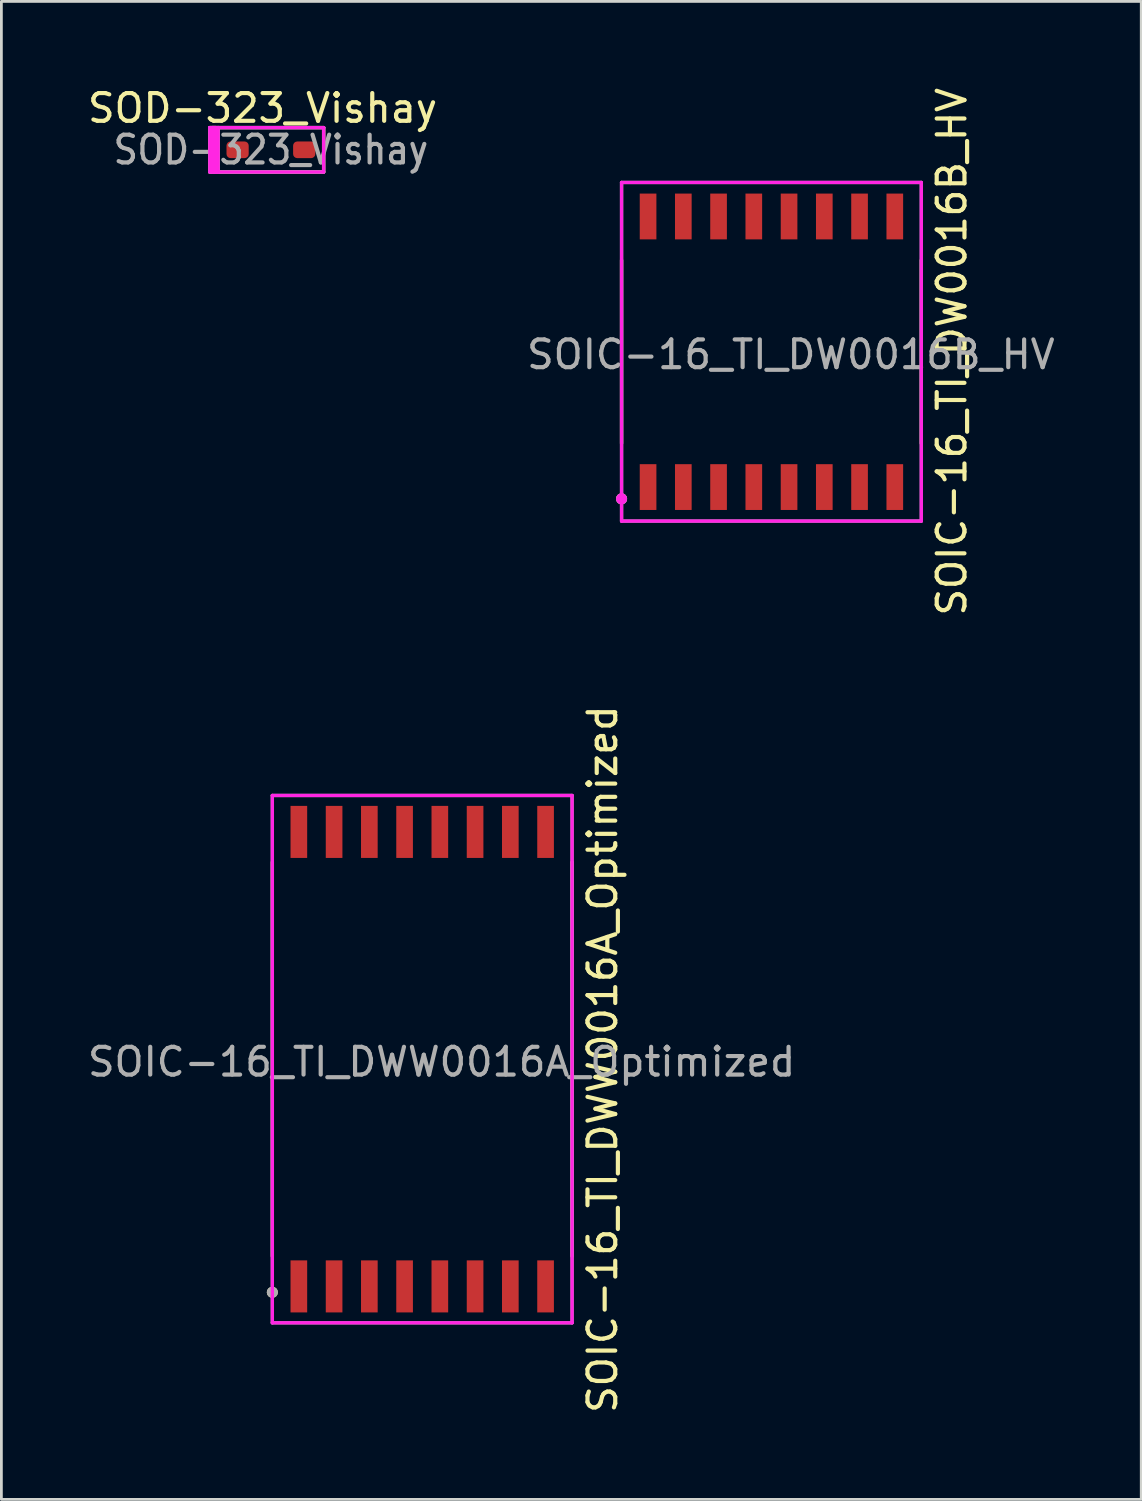
<source format=kicad_pcb>
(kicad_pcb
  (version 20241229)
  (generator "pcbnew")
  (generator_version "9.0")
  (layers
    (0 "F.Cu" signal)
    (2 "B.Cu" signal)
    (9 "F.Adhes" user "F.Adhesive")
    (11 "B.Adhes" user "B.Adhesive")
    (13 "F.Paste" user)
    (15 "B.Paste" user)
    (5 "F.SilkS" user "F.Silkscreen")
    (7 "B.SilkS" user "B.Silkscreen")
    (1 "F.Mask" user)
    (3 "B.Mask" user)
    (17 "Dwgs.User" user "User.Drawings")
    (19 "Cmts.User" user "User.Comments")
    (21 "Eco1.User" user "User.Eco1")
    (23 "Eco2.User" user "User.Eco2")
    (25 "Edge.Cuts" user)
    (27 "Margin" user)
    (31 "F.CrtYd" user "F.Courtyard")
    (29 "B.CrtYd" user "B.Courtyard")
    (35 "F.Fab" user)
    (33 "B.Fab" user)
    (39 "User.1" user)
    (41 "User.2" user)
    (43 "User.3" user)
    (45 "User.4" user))
  (footprint "SOIC-16_TI_DW0016B_HV"
    (layer "F.Cu")
    (at 24.746 9.625)
    (property "Reference" "SOIC-16_TI_DW0016B_HV" (at 6.5 0 90) (layer "F.SilkS") (effects (font (size 1 1) (thickness 0.15))))
    (attr smd)
    (fp_line (start -5.4 3.3) (end -5.4 -3.3) (stroke (width 0.12) (type solid)) (layer "F.SilkS"))
    (fp_line (start 5.4 3.3) (end 5.4 -3.3) (stroke (width 0.12) (type solid)) (layer "F.SilkS"))
    (fp_circle (center -5.4 5.3) (end -5.3 5.3) (stroke (width 0.2) (type solid)) (fill no) (layer "F.SilkS"))
    (fp_line (start -5.4 -6.1) (end 5.4 -6.1) (stroke (width 0.12) (type solid)) (layer "F.CrtYd"))
    (fp_line (start -5.4 6.1) (end -5.4 -6.1) (stroke (width 0.12) (type solid)) (layer "F.CrtYd"))
    (fp_line (start 5.4 -6.1) (end 5.4 6.1) (stroke (width 0.12) (type solid)) (layer "F.CrtYd"))
    (fp_line (start 5.4 6.1) (end -5.4 6.1) (stroke (width 0.12) (type solid)) (layer "F.CrtYd"))
    (fp_circle (center -5.4 5.3) (end -5.3 5.3) (stroke (width 0.2) (type solid)) (fill no) (layer "F.CrtYd"))
    (fp_line (start -5.4 -6.1) (end 5.4 -6.1) (stroke (width 0.12) (type solid)) (layer "F.Fab"))
    (fp_line (start -5.4 6.1) (end -5.4 -6.1) (stroke (width 0.12) (type solid)) (layer "F.Fab"))
    (fp_line (start 5.4 -6.1) (end 5.4 6.1) (stroke (width 0.12) (type solid)) (layer "F.Fab"))
    (fp_line (start 5.4 6.1) (end -5.4 6.1) (stroke (width 0.12) (type solid)) (layer "F.Fab"))
    (fp_circle (center -5.4 5.3) (end -5.3 5.3) (stroke (width 0.2) (type solid)) (fill no) (layer "F.Fab"))
    (fp_text user "${REFERENCE}" (at 0.7 0.1 0) (layer "F.Fab") (effects (font (size 1 1) (thickness 0.15))))
    (pad "1" smd rect (at -4.445 4.875) (size 0.6 1.65) (layers "F.Cu" "F.Mask" "F.Paste"))
    (pad "2" smd rect (at -3.175 4.875) (size 0.6 1.65) (layers "F.Cu" "F.Mask" "F.Paste"))
    (pad "3" smd rect (at -1.905 4.875) (size 0.6 1.65) (layers "F.Cu" "F.Mask" "F.Paste"))
    (pad "4" smd rect (at -0.635 4.875) (size 0.6 1.65) (layers "F.Cu" "F.Mask" "F.Paste"))
    (pad "5" smd rect (at 0.635 4.875) (size 0.6 1.65) (layers "F.Cu" "F.Mask" "F.Paste"))
    (pad "6" smd rect (at 1.905 4.875) (size 0.6 1.65) (layers "F.Cu" "F.Mask" "F.Paste"))
    (pad "7" smd rect (at 3.175 4.875) (size 0.6 1.65) (layers "F.Cu" "F.Mask" "F.Paste"))
    (pad "8" smd rect (at 4.445 4.875) (size 0.6 1.65) (layers "F.Cu" "F.Mask" "F.Paste"))
    (pad "9" smd rect (at 4.445 -4.875) (size 0.6 1.65) (layers "F.Cu" "F.Mask" "F.Paste"))
    (pad "10" smd rect (at 3.175 -4.875) (size 0.6 1.65) (layers "F.Cu" "F.Mask" "F.Paste"))
    (pad "11" smd rect (at 1.905 -4.875) (size 0.6 1.65) (layers "F.Cu" "F.Mask" "F.Paste"))
    (pad "12" smd rect (at 0.635 -4.875) (size 0.6 1.65) (layers "F.Cu" "F.Mask" "F.Paste"))
    (pad "13" smd rect (at -0.635 -4.875) (size 0.6 1.65) (layers "F.Cu" "F.Mask" "F.Paste"))
    (pad "14" smd rect (at -1.905 -4.875) (size 0.6 1.65) (layers "F.Cu" "F.Mask" "F.Paste"))
    (pad "15" smd rect (at -3.175 -4.875) (size 0.6 1.65) (layers "F.Cu" "F.Mask" "F.Paste"))
    (pad "16" smd rect (at -4.445 -4.875) (size 0.6 1.65) (layers "F.Cu" "F.Mask" "F.Paste")))
  (footprint "SOD-323_Vishay"
    (layer "F.Cu")
    (at 6.711 2.348)
    (property "Reference" "SOD-323_Vishay" (at -0.3 -1.5 0) (layer "F.SilkS") (effects (font (size 1 1) (thickness 0.15))))
    (attr through_hole)
    (fp_line (start -2.2 -0.8) (end -1.9 -0.8) (stroke (width 0.12) (type solid)) (layer "F.SilkS"))
    (fp_line (start -2.2 0.8) (end -2.2 -0.8) (stroke (width 0.12) (type solid)) (layer "F.SilkS"))
    (fp_line (start -2.1 0.8) (end -2.1 -0.8) (stroke (width 0.12) (type solid)) (layer "F.SilkS"))
    (fp_line (start -2 -0.8) (end -2 0.8) (stroke (width 0.12) (type solid)) (layer "F.SilkS"))
    (fp_line (start -2 0.8) (end -2.1 0.8) (stroke (width 0.12) (type solid)) (layer "F.SilkS"))
    (fp_line (start -1.9 -0.8) (end -1.9 0.8) (stroke (width 0.12) (type solid)) (layer "F.SilkS"))
    (fp_line (start -1.9 -0.8) (end 1.9 -0.8) (stroke (width 0.12) (type solid)) (layer "F.SilkS"))
    (fp_line (start -1.9 0.8) (end -2.2 0.8) (stroke (width 0.12) (type solid)) (layer "F.SilkS"))
    (fp_line (start 1.9 -0.8) (end 1.9 0.8) (stroke (width 0.12) (type solid)) (layer "F.SilkS"))
    (fp_line (start 1.9 0.8) (end -1.9 0.8) (stroke (width 0.12) (type solid)) (layer "F.SilkS"))
    (fp_line (start -2.2 -0.8) (end -1.9 -0.8) (stroke (width 0.12) (type solid)) (layer "F.CrtYd"))
    (fp_line (start -2.2 -0.8) (end 1.9 -0.8) (stroke (width 0.12) (type solid)) (layer "F.CrtYd"))
    (fp_line (start -2.2 0.8) (end -2.2 -0.8) (stroke (width 0.12) (type solid)) (layer "F.CrtYd"))
    (fp_line (start -2.1 -0.8) (end -2.1 0.8) (stroke (width 0.12) (type solid)) (layer "F.CrtYd"))
    (fp_line (start -2.1 0.8) (end -2.1 0.6) (stroke (width 0.12) (type solid)) (layer "F.CrtYd"))
    (fp_line (start -2 -0.8) (end -2.1 -0.8) (stroke (width 0.12) (type solid)) (layer "F.CrtYd"))
    (fp_line (start -2 0.8) (end -2 -0.8) (stroke (width 0.12) (type solid)) (layer "F.CrtYd"))
    (fp_line (start -1.9 -0.8) (end -1.9 0.8) (stroke (width 0.12) (type solid)) (layer "F.CrtYd"))
    (fp_line (start -1.9 0.8) (end -2 0.8) (stroke (width 0.12) (type solid)) (layer "F.CrtYd"))
    (fp_line (start 1.9 -0.8) (end 1.9 0.8) (stroke (width 0.12) (type solid)) (layer "F.CrtYd"))
    (fp_line (start 1.9 0.8) (end -2.2 0.8) (stroke (width 0.12) (type solid)) (layer "F.CrtYd"))
    (fp_line (start -2.2 -0.8) (end 1.9 -0.8) (stroke (width 0.12) (type solid)) (layer "F.Fab"))
    (fp_line (start -2.2 0.8) (end -2.2 -0.8) (stroke (width 0.12) (type solid)) (layer "F.Fab"))
    (fp_line (start -2.1 -0.8) (end -2.1 0.8) (stroke (width 0.12) (type solid)) (layer "F.Fab"))
    (fp_line (start -2 -0.8) (end -2.1 -0.8) (stroke (width 0.12) (type solid)) (layer "F.Fab"))
    (fp_line (start -2 0.8) (end -2 -0.8) (stroke (width 0.12) (type solid)) (layer "F.Fab"))
    (fp_line (start -1.9 -0.8) (end -1.9 0.8) (stroke (width 0.12) (type solid)) (layer "F.Fab"))
    (fp_line (start 1.9 -0.8) (end 1.9 0.8) (stroke (width 0.12) (type solid)) (layer "F.Fab"))
    (fp_line (start 1.9 0.8) (end -2.2 0.8) (stroke (width 0.12) (type solid)) (layer "F.Fab"))
    (fp_text user "${REFERENCE}" (at 0 0 0) (layer "F.Fab") (effects (font (size 1 0.9) (thickness 0.15))))
    (pad "A" smd roundrect (at 1.2 0) (size 0.8 0.6) (layers "F.Cu" "F.Mask" "F.Paste") (roundrect_rratio 0.25))
    (pad "C" smd roundrect (at -1.2 0) (size 0.8 0.6) (layers "F.Cu" "F.Mask" "F.Paste") (roundrect_rratio 0.25)))
  (footprint "SOIC-16_TI_DWW0016A_Optimized"
    (layer "F.Cu")
    (at 12.163 35.113)
    (property "Reference" "SOIC-16_TI_DWW0016A_Optimized" (at 6.5 0 90) (layer "F.SilkS") (effects (font (size 1 1) (thickness 0.15))))
    (attr smd)
    (fp_line (start -5.4 7.1) (end -5.4 -7.1) (stroke (width 0.12) (type solid)) (layer "F.SilkS"))
    (fp_line (start 5.4 7.1) (end 5.4 -7.1) (stroke (width 0.12) (type solid)) (layer "F.SilkS"))
    (fp_circle (center -5.4 8.4) (end -5.3 8.4) (stroke (width 0.2) (type solid)) (fill no) (layer "F.SilkS"))
    (fp_line (start -5.4 -9.5) (end 5.4 -9.5) (stroke (width 0.12) (type solid)) (layer "F.CrtYd"))
    (fp_line (start -5.4 9.5) (end -5.4 -9.5) (stroke (width 0.12) (type solid)) (layer "F.CrtYd"))
    (fp_line (start 5.4 -9.5) (end 5.4 9.5) (stroke (width 0.12) (type solid)) (layer "F.CrtYd"))
    (fp_line (start 5.4 9.5) (end -5.4 9.5) (stroke (width 0.12) (type solid)) (layer "F.CrtYd"))
    (fp_line (start -5.4 -9.5) (end 5.4 -9.5) (stroke (width 0.12) (type solid)) (layer "F.Fab"))
    (fp_line (start -5.4 9.5) (end -5.4 -9.5) (stroke (width 0.12) (type solid)) (layer "F.Fab"))
    (fp_line (start 5.4 -9.5) (end 5.4 9.5) (stroke (width 0.12) (type solid)) (layer "F.Fab"))
    (fp_line (start 5.4 9.5) (end -5.4 9.5) (stroke (width 0.12) (type solid)) (layer "F.Fab"))
    (fp_circle (center -5.4 8.4) (end -5.3 8.4) (stroke (width 0.2) (type solid)) (fill no) (layer "F.Fab"))
    (fp_text user "${REFERENCE}" (at 0.7 0.1 0) (layer "F.Fab") (effects (font (size 1 1) (thickness 0.15))))
    (pad "1" smd rect (at -4.445 8.188) (size 0.6 1.875) (layers "F.Cu" "F.Mask" "F.Paste"))
    (pad "2" smd rect (at -3.175 8.188) (size 0.6 1.875) (layers "F.Cu" "F.Mask" "F.Paste"))
    (pad "3" smd rect (at -1.905 8.188) (size 0.6 1.875) (layers "F.Cu" "F.Mask" "F.Paste"))
    (pad "4" smd rect (at -0.635 8.188) (size 0.6 1.875) (layers "F.Cu" "F.Mask" "F.Paste"))
    (pad "5" smd rect (at 0.635 8.188) (size 0.6 1.875) (layers "F.Cu" "F.Mask" "F.Paste"))
    (pad "6" smd rect (at 1.905 8.188) (size 0.6 1.875) (layers "F.Cu" "F.Mask" "F.Paste"))
    (pad "7" smd rect (at 3.175 8.188) (size 0.6 1.875) (layers "F.Cu" "F.Mask" "F.Paste"))
    (pad "8" smd rect (at 4.445 8.188) (size 0.6 1.875) (layers "F.Cu" "F.Mask" "F.Paste"))
    (pad "9" smd rect (at 4.445 -8.188) (size 0.6 1.875) (layers "F.Cu" "F.Mask" "F.Paste"))
    (pad "10" smd rect (at 3.175 -8.188) (size 0.6 1.875) (layers "F.Cu" "F.Mask" "F.Paste"))
    (pad "11" smd rect (at 1.905 -8.188) (size 0.6 1.875) (layers "F.Cu" "F.Mask" "F.Paste"))
    (pad "12" smd rect (at 0.635 -8.188) (size 0.6 1.875) (layers "F.Cu" "F.Mask" "F.Paste"))
    (pad "13" smd rect (at -0.635 -8.188) (size 0.6 1.875) (layers "F.Cu" "F.Mask" "F.Paste"))
    (pad "14" smd rect (at -1.905 -8.188) (size 0.6 1.875) (layers "F.Cu" "F.Mask" "F.Paste"))
    (pad "15" smd rect (at -3.175 -8.188) (size 0.6 1.875) (layers "F.Cu" "F.Mask" "F.Paste"))
    (pad "16" smd rect (at -4.445 -8.188) (size 0.6 1.875) (layers "F.Cu" "F.Mask" "F.Paste")))
  (gr_rect
    (start -3 -3)
    (end 38.071 50.976)
    (stroke (width 0.1) (type default))
    (fill no)
    (layer "Edge.Cuts")))
</source>
